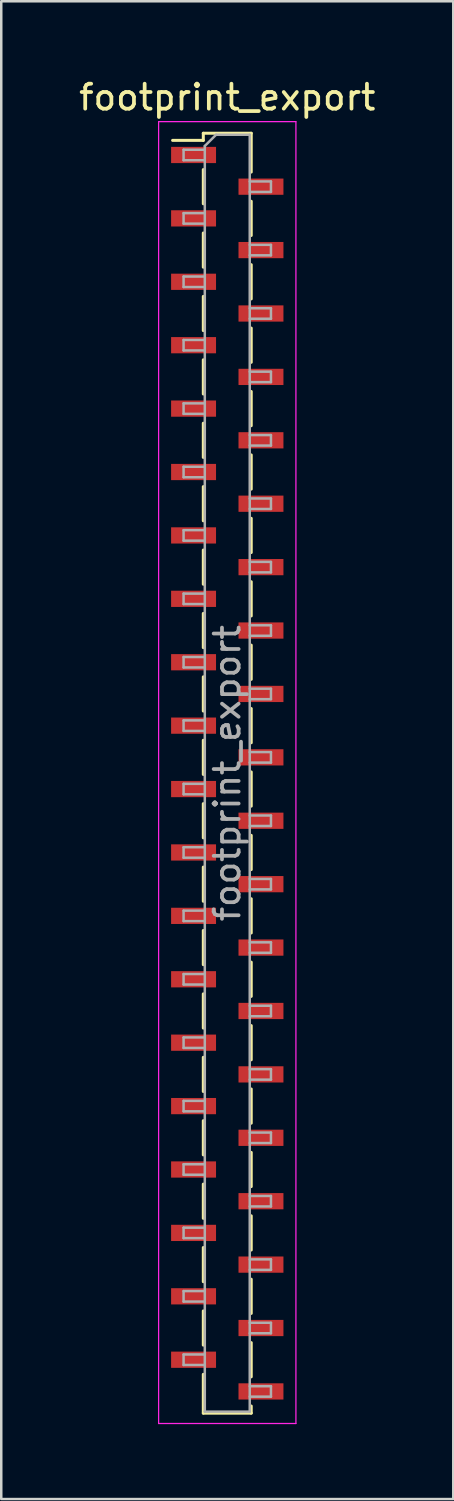
<source format=kicad_pcb>
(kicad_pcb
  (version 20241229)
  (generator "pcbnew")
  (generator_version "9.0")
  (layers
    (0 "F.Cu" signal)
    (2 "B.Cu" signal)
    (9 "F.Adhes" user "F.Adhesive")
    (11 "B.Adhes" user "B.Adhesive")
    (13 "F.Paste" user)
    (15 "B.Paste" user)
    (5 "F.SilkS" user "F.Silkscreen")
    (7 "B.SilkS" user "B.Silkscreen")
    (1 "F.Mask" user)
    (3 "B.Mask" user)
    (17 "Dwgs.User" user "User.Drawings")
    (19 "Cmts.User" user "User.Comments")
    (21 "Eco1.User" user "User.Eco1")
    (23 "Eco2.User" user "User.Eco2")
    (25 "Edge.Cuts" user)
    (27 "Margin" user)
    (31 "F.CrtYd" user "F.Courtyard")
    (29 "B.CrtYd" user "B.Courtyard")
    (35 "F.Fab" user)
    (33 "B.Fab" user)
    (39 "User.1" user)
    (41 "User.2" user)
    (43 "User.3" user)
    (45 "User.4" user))
  (footprint "footprint_export"
    (layer "F.Cu")
    (at 6.054 27.923)
    (property "Reference" "footprint_export" (at 0 -27.075 0) (layer "F.SilkS") (effects (font (size 1 1) (thickness 0.15))))
    (attr smd)
    (fp_line (start -2.19 -25.35) (end -0.96 -25.35) (stroke (width 0.12) (type solid)) (layer "F.SilkS"))
    (fp_line (start -0.96 -25.635) (end -0.96 -25.35) (stroke (width 0.12) (type solid)) (layer "F.SilkS"))
    (fp_line (start -0.96 -25.635) (end 0.96 -25.635) (stroke (width 0.12) (type solid)) (layer "F.SilkS"))
    (fp_line (start -0.96 -24.18) (end -0.96 -22.81) (stroke (width 0.12) (type solid)) (layer "F.SilkS"))
    (fp_line (start -0.96 -21.64) (end -0.96 -20.27) (stroke (width 0.12) (type solid)) (layer "F.SilkS"))
    (fp_line (start -0.96 -19.1) (end -0.96 -17.73) (stroke (width 0.12) (type solid)) (layer "F.SilkS"))
    (fp_line (start -0.96 -16.56) (end -0.96 -15.19) (stroke (width 0.12) (type solid)) (layer "F.SilkS"))
    (fp_line (start -0.96 -14.02) (end -0.96 -12.65) (stroke (width 0.12) (type solid)) (layer "F.SilkS"))
    (fp_line (start -0.96 -11.48) (end -0.96 -10.11) (stroke (width 0.12) (type solid)) (layer "F.SilkS"))
    (fp_line (start -0.96 -8.94) (end -0.96 -7.57) (stroke (width 0.12) (type solid)) (layer "F.SilkS"))
    (fp_line (start -0.96 -6.4) (end -0.96 -5.03) (stroke (width 0.12) (type solid)) (layer "F.SilkS"))
    (fp_line (start -0.96 -3.86) (end -0.96 -2.49) (stroke (width 0.12) (type solid)) (layer "F.SilkS"))
    (fp_line (start -0.96 -1.32) (end -0.96 0.05) (stroke (width 0.12) (type solid)) (layer "F.SilkS"))
    (fp_line (start -0.96 1.22) (end -0.96 2.59) (stroke (width 0.12) (type solid)) (layer "F.SilkS"))
    (fp_line (start -0.96 3.76) (end -0.96 5.13) (stroke (width 0.12) (type solid)) (layer "F.SilkS"))
    (fp_line (start -0.96 6.3) (end -0.96 7.67) (stroke (width 0.12) (type solid)) (layer "F.SilkS"))
    (fp_line (start -0.96 8.84) (end -0.96 10.21) (stroke (width 0.12) (type solid)) (layer "F.SilkS"))
    (fp_line (start -0.96 11.38) (end -0.96 12.75) (stroke (width 0.12) (type solid)) (layer "F.SilkS"))
    (fp_line (start -0.96 13.92) (end -0.96 15.29) (stroke (width 0.12) (type solid)) (layer "F.SilkS"))
    (fp_line (start -0.96 16.46) (end -0.96 17.83) (stroke (width 0.12) (type solid)) (layer "F.SilkS"))
    (fp_line (start -0.96 19) (end -0.96 20.37) (stroke (width 0.12) (type solid)) (layer "F.SilkS"))
    (fp_line (start -0.96 21.54) (end -0.96 22.91) (stroke (width 0.12) (type solid)) (layer "F.SilkS"))
    (fp_line (start -0.96 24.08) (end -0.96 25.635) (stroke (width 0.12) (type solid)) (layer "F.SilkS"))
    (fp_line (start -0.96 25.635) (end 0.96 25.635) (stroke (width 0.12) (type solid)) (layer "F.SilkS"))
    (fp_line (start 0.96 -25.635) (end 0.96 -24.08) (stroke (width 0.12) (type solid)) (layer "F.SilkS"))
    (fp_line (start 0.96 -22.91) (end 0.96 -21.54) (stroke (width 0.12) (type solid)) (layer "F.SilkS"))
    (fp_line (start 0.96 -20.37) (end 0.96 -19) (stroke (width 0.12) (type solid)) (layer "F.SilkS"))
    (fp_line (start 0.96 -17.83) (end 0.96 -16.46) (stroke (width 0.12) (type solid)) (layer "F.SilkS"))
    (fp_line (start 0.96 -15.29) (end 0.96 -13.92) (stroke (width 0.12) (type solid)) (layer "F.SilkS"))
    (fp_line (start 0.96 -12.75) (end 0.96 -11.38) (stroke (width 0.12) (type solid)) (layer "F.SilkS"))
    (fp_line (start 0.96 -10.21) (end 0.96 -8.84) (stroke (width 0.12) (type solid)) (layer "F.SilkS"))
    (fp_line (start 0.96 -7.67) (end 0.96 -6.3) (stroke (width 0.12) (type solid)) (layer "F.SilkS"))
    (fp_line (start 0.96 -5.13) (end 0.96 -3.76) (stroke (width 0.12) (type solid)) (layer "F.SilkS"))
    (fp_line (start 0.96 -2.59) (end 0.96 -1.22) (stroke (width 0.12) (type solid)) (layer "F.SilkS"))
    (fp_line (start 0.96 -0.05) (end 0.96 1.32) (stroke (width 0.12) (type solid)) (layer "F.SilkS"))
    (fp_line (start 0.96 2.49) (end 0.96 3.86) (stroke (width 0.12) (type solid)) (layer "F.SilkS"))
    (fp_line (start 0.96 5.03) (end 0.96 6.4) (stroke (width 0.12) (type solid)) (layer "F.SilkS"))
    (fp_line (start 0.96 7.57) (end 0.96 8.94) (stroke (width 0.12) (type solid)) (layer "F.SilkS"))
    (fp_line (start 0.96 10.11) (end 0.96 11.48) (stroke (width 0.12) (type solid)) (layer "F.SilkS"))
    (fp_line (start 0.96 12.65) (end 0.96 14.02) (stroke (width 0.12) (type solid)) (layer "F.SilkS"))
    (fp_line (start 0.96 15.19) (end 0.96 16.56) (stroke (width 0.12) (type solid)) (layer "F.SilkS"))
    (fp_line (start 0.96 17.73) (end 0.96 19.1) (stroke (width 0.12) (type solid)) (layer "F.SilkS"))
    (fp_line (start 0.96 20.27) (end 0.96 21.64) (stroke (width 0.12) (type solid)) (layer "F.SilkS"))
    (fp_line (start 0.96 22.81) (end 0.96 24.18) (stroke (width 0.12) (type solid)) (layer "F.SilkS"))
    (fp_line (start 0.96 25.35) (end 0.96 25.635) (stroke (width 0.12) (type solid)) (layer "F.SilkS"))
    (fp_line (start -2.75 -26.1) (end 2.75 -26.1) (stroke (width 0.05) (type solid)) (layer "F.CrtYd"))
    (fp_line (start -2.75 26.05) (end -2.75 -26.1) (stroke (width 0.05) (type solid)) (layer "F.CrtYd"))
    (fp_line (start 2.75 -26.1) (end 2.75 26.05) (stroke (width 0.05) (type solid)) (layer "F.CrtYd"))
    (fp_line (start 2.75 26.05) (end -2.75 26.05) (stroke (width 0.05) (type solid)) (layer "F.CrtYd"))
    (fp_line (start -1.75 -24.975) (end -0.9 -24.975) (stroke (width 0.1) (type solid)) (layer "F.Fab"))
    (fp_line (start -1.75 -24.555) (end -1.75 -24.975) (stroke (width 0.1) (type solid)) (layer "F.Fab"))
    (fp_line (start -1.75 -22.435) (end -0.9 -22.435) (stroke (width 0.1) (type solid)) (layer "F.Fab"))
    (fp_line (start -1.75 -22.015) (end -1.75 -22.435) (stroke (width 0.1) (type solid)) (layer "F.Fab"))
    (fp_line (start -1.75 -19.895) (end -0.9 -19.895) (stroke (width 0.1) (type solid)) (layer "F.Fab"))
    (fp_line (start -1.75 -19.475) (end -1.75 -19.895) (stroke (width 0.1) (type solid)) (layer "F.Fab"))
    (fp_line (start -1.75 -17.355) (end -0.9 -17.355) (stroke (width 0.1) (type solid)) (layer "F.Fab"))
    (fp_line (start -1.75 -16.935) (end -1.75 -17.355) (stroke (width 0.1) (type solid)) (layer "F.Fab"))
    (fp_line (start -1.75 -14.815) (end -0.9 -14.815) (stroke (width 0.1) (type solid)) (layer "F.Fab"))
    (fp_line (start -1.75 -14.395) (end -1.75 -14.815) (stroke (width 0.1) (type solid)) (layer "F.Fab"))
    (fp_line (start -1.75 -12.275) (end -0.9 -12.275) (stroke (width 0.1) (type solid)) (layer "F.Fab"))
    (fp_line (start -1.75 -11.855) (end -1.75 -12.275) (stroke (width 0.1) (type solid)) (layer "F.Fab"))
    (fp_line (start -1.75 -9.735) (end -0.9 -9.735) (stroke (width 0.1) (type solid)) (layer "F.Fab"))
    (fp_line (start -1.75 -9.315) (end -1.75 -9.735) (stroke (width 0.1) (type solid)) (layer "F.Fab"))
    (fp_line (start -1.75 -7.195) (end -0.9 -7.195) (stroke (width 0.1) (type solid)) (layer "F.Fab"))
    (fp_line (start -1.75 -6.775) (end -1.75 -7.195) (stroke (width 0.1) (type solid)) (layer "F.Fab"))
    (fp_line (start -1.75 -4.655) (end -0.9 -4.655) (stroke (width 0.1) (type solid)) (layer "F.Fab"))
    (fp_line (start -1.75 -4.235) (end -1.75 -4.655) (stroke (width 0.1) (type solid)) (layer "F.Fab"))
    (fp_line (start -1.75 -2.115) (end -0.9 -2.115) (stroke (width 0.1) (type solid)) (layer "F.Fab"))
    (fp_line (start -1.75 -1.695) (end -1.75 -2.115) (stroke (width 0.1) (type solid)) (layer "F.Fab"))
    (fp_line (start -1.75 0.425) (end -0.9 0.425) (stroke (width 0.1) (type solid)) (layer "F.Fab"))
    (fp_line (start -1.75 0.845) (end -1.75 0.425) (stroke (width 0.1) (type solid)) (layer "F.Fab"))
    (fp_line (start -1.75 2.965) (end -0.9 2.965) (stroke (width 0.1) (type solid)) (layer "F.Fab"))
    (fp_line (start -1.75 3.385) (end -1.75 2.965) (stroke (width 0.1) (type solid)) (layer "F.Fab"))
    (fp_line (start -1.75 5.505) (end -0.9 5.505) (stroke (width 0.1) (type solid)) (layer "F.Fab"))
    (fp_line (start -1.75 5.925) (end -1.75 5.505) (stroke (width 0.1) (type solid)) (layer "F.Fab"))
    (fp_line (start -1.75 8.045) (end -0.9 8.045) (stroke (width 0.1) (type solid)) (layer "F.Fab"))
    (fp_line (start -1.75 8.465) (end -1.75 8.045) (stroke (width 0.1) (type solid)) (layer "F.Fab"))
    (fp_line (start -1.75 10.585) (end -0.9 10.585) (stroke (width 0.1) (type solid)) (layer "F.Fab"))
    (fp_line (start -1.75 11.005) (end -1.75 10.585) (stroke (width 0.1) (type solid)) (layer "F.Fab"))
    (fp_line (start -1.75 13.125) (end -0.9 13.125) (stroke (width 0.1) (type solid)) (layer "F.Fab"))
    (fp_line (start -1.75 13.545) (end -1.75 13.125) (stroke (width 0.1) (type solid)) (layer "F.Fab"))
    (fp_line (start -1.75 15.665) (end -0.9 15.665) (stroke (width 0.1) (type solid)) (layer "F.Fab"))
    (fp_line (start -1.75 16.085) (end -1.75 15.665) (stroke (width 0.1) (type solid)) (layer "F.Fab"))
    (fp_line (start -1.75 18.205) (end -0.9 18.205) (stroke (width 0.1) (type solid)) (layer "F.Fab"))
    (fp_line (start -1.75 18.625) (end -1.75 18.205) (stroke (width 0.1) (type solid)) (layer "F.Fab"))
    (fp_line (start -1.75 20.745) (end -0.9 20.745) (stroke (width 0.1) (type solid)) (layer "F.Fab"))
    (fp_line (start -1.75 21.165) (end -1.75 20.745) (stroke (width 0.1) (type solid)) (layer "F.Fab"))
    (fp_line (start -1.75 23.285) (end -0.9 23.285) (stroke (width 0.1) (type solid)) (layer "F.Fab"))
    (fp_line (start -1.75 23.705) (end -1.75 23.285) (stroke (width 0.1) (type solid)) (layer "F.Fab"))
    (fp_line (start -0.9 -25.125) (end -0.45 -25.575) (stroke (width 0.1) (type solid)) (layer "F.Fab"))
    (fp_line (start -0.9 -24.555) (end -1.75 -24.555) (stroke (width 0.1) (type solid)) (layer "F.Fab"))
    (fp_line (start -0.9 -22.015) (end -1.75 -22.015) (stroke (width 0.1) (type solid)) (layer "F.Fab"))
    (fp_line (start -0.9 -19.475) (end -1.75 -19.475) (stroke (width 0.1) (type solid)) (layer "F.Fab"))
    (fp_line (start -0.9 -16.935) (end -1.75 -16.935) (stroke (width 0.1) (type solid)) (layer "F.Fab"))
    (fp_line (start -0.9 -14.395) (end -1.75 -14.395) (stroke (width 0.1) (type solid)) (layer "F.Fab"))
    (fp_line (start -0.9 -11.855) (end -1.75 -11.855) (stroke (width 0.1) (type solid)) (layer "F.Fab"))
    (fp_line (start -0.9 -9.315) (end -1.75 -9.315) (stroke (width 0.1) (type solid)) (layer "F.Fab"))
    (fp_line (start -0.9 -6.775) (end -1.75 -6.775) (stroke (width 0.1) (type solid)) (layer "F.Fab"))
    (fp_line (start -0.9 -4.235) (end -1.75 -4.235) (stroke (width 0.1) (type solid)) (layer "F.Fab"))
    (fp_line (start -0.9 -1.695) (end -1.75 -1.695) (stroke (width 0.1) (type solid)) (layer "F.Fab"))
    (fp_line (start -0.9 0.845) (end -1.75 0.845) (stroke (width 0.1) (type solid)) (layer "F.Fab"))
    (fp_line (start -0.9 3.385) (end -1.75 3.385) (stroke (width 0.1) (type solid)) (layer "F.Fab"))
    (fp_line (start -0.9 5.925) (end -1.75 5.925) (stroke (width 0.1) (type solid)) (layer "F.Fab"))
    (fp_line (start -0.9 8.465) (end -1.75 8.465) (stroke (width 0.1) (type solid)) (layer "F.Fab"))
    (fp_line (start -0.9 11.005) (end -1.75 11.005) (stroke (width 0.1) (type solid)) (layer "F.Fab"))
    (fp_line (start -0.9 13.545) (end -1.75 13.545) (stroke (width 0.1) (type solid)) (layer "F.Fab"))
    (fp_line (start -0.9 16.085) (end -1.75 16.085) (stroke (width 0.1) (type solid)) (layer "F.Fab"))
    (fp_line (start -0.9 18.625) (end -1.75 18.625) (stroke (width 0.1) (type solid)) (layer "F.Fab"))
    (fp_line (start -0.9 21.165) (end -1.75 21.165) (stroke (width 0.1) (type solid)) (layer "F.Fab"))
    (fp_line (start -0.9 23.705) (end -1.75 23.705) (stroke (width 0.1) (type solid)) (layer "F.Fab"))
    (fp_line (start -0.9 25.575) (end -0.9 -25.125) (stroke (width 0.1) (type solid)) (layer "F.Fab"))
    (fp_line (start -0.45 -25.575) (end 0.9 -25.575) (stroke (width 0.1) (type solid)) (layer "F.Fab"))
    (fp_line (start 0.9 -25.575) (end 0.9 25.575) (stroke (width 0.1) (type solid)) (layer "F.Fab"))
    (fp_line (start 0.9 -23.705) (end 1.75 -23.705) (stroke (width 0.1) (type solid)) (layer "F.Fab"))
    (fp_line (start 0.9 -21.165) (end 1.75 -21.165) (stroke (width 0.1) (type solid)) (layer "F.Fab"))
    (fp_line (start 0.9 -18.625) (end 1.75 -18.625) (stroke (width 0.1) (type solid)) (layer "F.Fab"))
    (fp_line (start 0.9 -16.085) (end 1.75 -16.085) (stroke (width 0.1) (type solid)) (layer "F.Fab"))
    (fp_line (start 0.9 -13.545) (end 1.75 -13.545) (stroke (width 0.1) (type solid)) (layer "F.Fab"))
    (fp_line (start 0.9 -11.005) (end 1.75 -11.005) (stroke (width 0.1) (type solid)) (layer "F.Fab"))
    (fp_line (start 0.9 -8.465) (end 1.75 -8.465) (stroke (width 0.1) (type solid)) (layer "F.Fab"))
    (fp_line (start 0.9 -5.925) (end 1.75 -5.925) (stroke (width 0.1) (type solid)) (layer "F.Fab"))
    (fp_line (start 0.9 -3.385) (end 1.75 -3.385) (stroke (width 0.1) (type solid)) (layer "F.Fab"))
    (fp_line (start 0.9 -0.845) (end 1.75 -0.845) (stroke (width 0.1) (type solid)) (layer "F.Fab"))
    (fp_line (start 0.9 1.695) (end 1.75 1.695) (stroke (width 0.1) (type solid)) (layer "F.Fab"))
    (fp_line (start 0.9 4.235) (end 1.75 4.235) (stroke (width 0.1) (type solid)) (layer "F.Fab"))
    (fp_line (start 0.9 6.775) (end 1.75 6.775) (stroke (width 0.1) (type solid)) (layer "F.Fab"))
    (fp_line (start 0.9 9.315) (end 1.75 9.315) (stroke (width 0.1) (type solid)) (layer "F.Fab"))
    (fp_line (start 0.9 11.855) (end 1.75 11.855) (stroke (width 0.1) (type solid)) (layer "F.Fab"))
    (fp_line (start 0.9 14.395) (end 1.75 14.395) (stroke (width 0.1) (type solid)) (layer "F.Fab"))
    (fp_line (start 0.9 16.935) (end 1.75 16.935) (stroke (width 0.1) (type solid)) (layer "F.Fab"))
    (fp_line (start 0.9 19.475) (end 1.75 19.475) (stroke (width 0.1) (type solid)) (layer "F.Fab"))
    (fp_line (start 0.9 22.015) (end 1.75 22.015) (stroke (width 0.1) (type solid)) (layer "F.Fab"))
    (fp_line (start 0.9 24.555) (end 1.75 24.555) (stroke (width 0.1) (type solid)) (layer "F.Fab"))
    (fp_line (start 0.9 25.575) (end -0.9 25.575) (stroke (width 0.1) (type solid)) (layer "F.Fab"))
    (fp_line (start 1.75 -23.705) (end 1.75 -23.285) (stroke (width 0.1) (type solid)) (layer "F.Fab"))
    (fp_line (start 1.75 -23.285) (end 0.9 -23.285) (stroke (width 0.1) (type solid)) (layer "F.Fab"))
    (fp_line (start 1.75 -21.165) (end 1.75 -20.745) (stroke (width 0.1) (type solid)) (layer "F.Fab"))
    (fp_line (start 1.75 -20.745) (end 0.9 -20.745) (stroke (width 0.1) (type solid)) (layer "F.Fab"))
    (fp_line (start 1.75 -18.625) (end 1.75 -18.205) (stroke (width 0.1) (type solid)) (layer "F.Fab"))
    (fp_line (start 1.75 -18.205) (end 0.9 -18.205) (stroke (width 0.1) (type solid)) (layer "F.Fab"))
    (fp_line (start 1.75 -16.085) (end 1.75 -15.665) (stroke (width 0.1) (type solid)) (layer "F.Fab"))
    (fp_line (start 1.75 -15.665) (end 0.9 -15.665) (stroke (width 0.1) (type solid)) (layer "F.Fab"))
    (fp_line (start 1.75 -13.545) (end 1.75 -13.125) (stroke (width 0.1) (type solid)) (layer "F.Fab"))
    (fp_line (start 1.75 -13.125) (end 0.9 -13.125) (stroke (width 0.1) (type solid)) (layer "F.Fab"))
    (fp_line (start 1.75 -11.005) (end 1.75 -10.585) (stroke (width 0.1) (type solid)) (layer "F.Fab"))
    (fp_line (start 1.75 -10.585) (end 0.9 -10.585) (stroke (width 0.1) (type solid)) (layer "F.Fab"))
    (fp_line (start 1.75 -8.465) (end 1.75 -8.045) (stroke (width 0.1) (type solid)) (layer "F.Fab"))
    (fp_line (start 1.75 -8.045) (end 0.9 -8.045) (stroke (width 0.1) (type solid)) (layer "F.Fab"))
    (fp_line (start 1.75 -5.925) (end 1.75 -5.505) (stroke (width 0.1) (type solid)) (layer "F.Fab"))
    (fp_line (start 1.75 -5.505) (end 0.9 -5.505) (stroke (width 0.1) (type solid)) (layer "F.Fab"))
    (fp_line (start 1.75 -3.385) (end 1.75 -2.965) (stroke (width 0.1) (type solid)) (layer "F.Fab"))
    (fp_line (start 1.75 -2.965) (end 0.9 -2.965) (stroke (width 0.1) (type solid)) (layer "F.Fab"))
    (fp_line (start 1.75 -0.845) (end 1.75 -0.425) (stroke (width 0.1) (type solid)) (layer "F.Fab"))
    (fp_line (start 1.75 -0.425) (end 0.9 -0.425) (stroke (width 0.1) (type solid)) (layer "F.Fab"))
    (fp_line (start 1.75 1.695) (end 1.75 2.115) (stroke (width 0.1) (type solid)) (layer "F.Fab"))
    (fp_line (start 1.75 2.115) (end 0.9 2.115) (stroke (width 0.1) (type solid)) (layer "F.Fab"))
    (fp_line (start 1.75 4.235) (end 1.75 4.655) (stroke (width 0.1) (type solid)) (layer "F.Fab"))
    (fp_line (start 1.75 4.655) (end 0.9 4.655) (stroke (width 0.1) (type solid)) (layer "F.Fab"))
    (fp_line (start 1.75 6.775) (end 1.75 7.195) (stroke (width 0.1) (type solid)) (layer "F.Fab"))
    (fp_line (start 1.75 7.195) (end 0.9 7.195) (stroke (width 0.1) (type solid)) (layer "F.Fab"))
    (fp_line (start 1.75 9.315) (end 1.75 9.735) (stroke (width 0.1) (type solid)) (layer "F.Fab"))
    (fp_line (start 1.75 9.735) (end 0.9 9.735) (stroke (width 0.1) (type solid)) (layer "F.Fab"))
    (fp_line (start 1.75 11.855) (end 1.75 12.275) (stroke (width 0.1) (type solid)) (layer "F.Fab"))
    (fp_line (start 1.75 12.275) (end 0.9 12.275) (stroke (width 0.1) (type solid)) (layer "F.Fab"))
    (fp_line (start 1.75 14.395) (end 1.75 14.815) (stroke (width 0.1) (type solid)) (layer "F.Fab"))
    (fp_line (start 1.75 14.815) (end 0.9 14.815) (stroke (width 0.1) (type solid)) (layer "F.Fab"))
    (fp_line (start 1.75 16.935) (end 1.75 17.355) (stroke (width 0.1) (type solid)) (layer "F.Fab"))
    (fp_line (start 1.75 17.355) (end 0.9 17.355) (stroke (width 0.1) (type solid)) (layer "F.Fab"))
    (fp_line (start 1.75 19.475) (end 1.75 19.895) (stroke (width 0.1) (type solid)) (layer "F.Fab"))
    (fp_line (start 1.75 19.895) (end 0.9 19.895) (stroke (width 0.1) (type solid)) (layer "F.Fab"))
    (fp_line (start 1.75 22.015) (end 1.75 22.435) (stroke (width 0.1) (type solid)) (layer "F.Fab"))
    (fp_line (start 1.75 22.435) (end 0.9 22.435) (stroke (width 0.1) (type solid)) (layer "F.Fab"))
    (fp_line (start 1.75 24.555) (end 1.75 24.975) (stroke (width 0.1) (type solid)) (layer "F.Fab"))
    (fp_line (start 1.75 24.975) (end 0.9 24.975) (stroke (width 0.1) (type solid)) (layer "F.Fab"))
    (fp_text user "${REFERENCE}" (at 0 0 90) (layer "F.Fab") (effects (font (size 1 1) (thickness 0.15))))
    (pad "1" smd rect (at -1.35 -24.765) (size 1.8 0.65) (layers "F.Cu" "F.Mask" "F.Paste"))
    (pad "2" smd rect (at 1.35 -23.495) (size 1.8 0.65) (layers "F.Cu" "F.Mask" "F.Paste"))
    (pad "3" smd rect (at -1.35 -22.225) (size 1.8 0.65) (layers "F.Cu" "F.Mask" "F.Paste"))
    (pad "4" smd rect (at 1.35 -20.955) (size 1.8 0.65) (layers "F.Cu" "F.Mask" "F.Paste"))
    (pad "5" smd rect (at -1.35 -19.685) (size 1.8 0.65) (layers "F.Cu" "F.Mask" "F.Paste"))
    (pad "6" smd rect (at 1.35 -18.415) (size 1.8 0.65) (layers "F.Cu" "F.Mask" "F.Paste"))
    (pad "7" smd rect (at -1.35 -17.145) (size 1.8 0.65) (layers "F.Cu" "F.Mask" "F.Paste"))
    (pad "8" smd rect (at 1.35 -15.875) (size 1.8 0.65) (layers "F.Cu" "F.Mask" "F.Paste"))
    (pad "9" smd rect (at -1.35 -14.605) (size 1.8 0.65) (layers "F.Cu" "F.Mask" "F.Paste"))
    (pad "10" smd rect (at 1.35 -13.335) (size 1.8 0.65) (layers "F.Cu" "F.Mask" "F.Paste"))
    (pad "11" smd rect (at -1.35 -12.065) (size 1.8 0.65) (layers "F.Cu" "F.Mask" "F.Paste"))
    (pad "12" smd rect (at 1.35 -10.795) (size 1.8 0.65) (layers "F.Cu" "F.Mask" "F.Paste"))
    (pad "13" smd rect (at -1.35 -9.525) (size 1.8 0.65) (layers "F.Cu" "F.Mask" "F.Paste"))
    (pad "14" smd rect (at 1.35 -8.255) (size 1.8 0.65) (layers "F.Cu" "F.Mask" "F.Paste"))
    (pad "15" smd rect (at -1.35 -6.985) (size 1.8 0.65) (layers "F.Cu" "F.Mask" "F.Paste"))
    (pad "16" smd rect (at 1.35 -5.715) (size 1.8 0.65) (layers "F.Cu" "F.Mask" "F.Paste"))
    (pad "17" smd rect (at -1.35 -4.445) (size 1.8 0.65) (layers "F.Cu" "F.Mask" "F.Paste"))
    (pad "18" smd rect (at 1.35 -3.175) (size 1.8 0.65) (layers "F.Cu" "F.Mask" "F.Paste"))
    (pad "19" smd rect (at -1.35 -1.905) (size 1.8 0.65) (layers "F.Cu" "F.Mask" "F.Paste"))
    (pad "20" smd rect (at 1.35 -0.635) (size 1.8 0.65) (layers "F.Cu" "F.Mask" "F.Paste"))
    (pad "21" smd rect (at -1.35 0.635) (size 1.8 0.65) (layers "F.Cu" "F.Mask" "F.Paste"))
    (pad "22" smd rect (at 1.35 1.905) (size 1.8 0.65) (layers "F.Cu" "F.Mask" "F.Paste"))
    (pad "23" smd rect (at -1.35 3.175) (size 1.8 0.65) (layers "F.Cu" "F.Mask" "F.Paste"))
    (pad "24" smd rect (at 1.35 4.445) (size 1.8 0.65) (layers "F.Cu" "F.Mask" "F.Paste"))
    (pad "25" smd rect (at -1.35 5.715) (size 1.8 0.65) (layers "F.Cu" "F.Mask" "F.Paste"))
    (pad "26" smd rect (at 1.35 6.985) (size 1.8 0.65) (layers "F.Cu" "F.Mask" "F.Paste"))
    (pad "27" smd rect (at -1.35 8.255) (size 1.8 0.65) (layers "F.Cu" "F.Mask" "F.Paste"))
    (pad "28" smd rect (at 1.35 9.525) (size 1.8 0.65) (layers "F.Cu" "F.Mask" "F.Paste"))
    (pad "29" smd rect (at -1.35 10.795) (size 1.8 0.65) (layers "F.Cu" "F.Mask" "F.Paste"))
    (pad "30" smd rect (at 1.35 12.065) (size 1.8 0.65) (layers "F.Cu" "F.Mask" "F.Paste"))
    (pad "31" smd rect (at -1.35 13.335) (size 1.8 0.65) (layers "F.Cu" "F.Mask" "F.Paste"))
    (pad "32" smd rect (at 1.35 14.605) (size 1.8 0.65) (layers "F.Cu" "F.Mask" "F.Paste"))
    (pad "33" smd rect (at -1.35 15.875) (size 1.8 0.65) (layers "F.Cu" "F.Mask" "F.Paste"))
    (pad "34" smd rect (at 1.35 17.145) (size 1.8 0.65) (layers "F.Cu" "F.Mask" "F.Paste"))
    (pad "35" smd rect (at -1.35 18.415) (size 1.8 0.65) (layers "F.Cu" "F.Mask" "F.Paste"))
    (pad "36" smd rect (at 1.35 19.685) (size 1.8 0.65) (layers "F.Cu" "F.Mask" "F.Paste"))
    (pad "37" smd rect (at -1.35 20.955) (size 1.8 0.65) (layers "F.Cu" "F.Mask" "F.Paste"))
    (pad "38" smd rect (at 1.35 22.225) (size 1.8 0.65) (layers "F.Cu" "F.Mask" "F.Paste"))
    (pad "39" smd rect (at -1.35 23.495) (size 1.8 0.65) (layers "F.Cu" "F.Mask" "F.Paste"))
    (pad "40" smd rect (at 1.35 24.765) (size 1.8 0.65) (layers "F.Cu" "F.Mask" "F.Paste")))
  (gr_rect
    (start -3 -3)
    (end 15.107 56.998)
    (stroke (width 0.1) (type default))
    (fill no)
    (layer "Edge.Cuts")))
</source>
